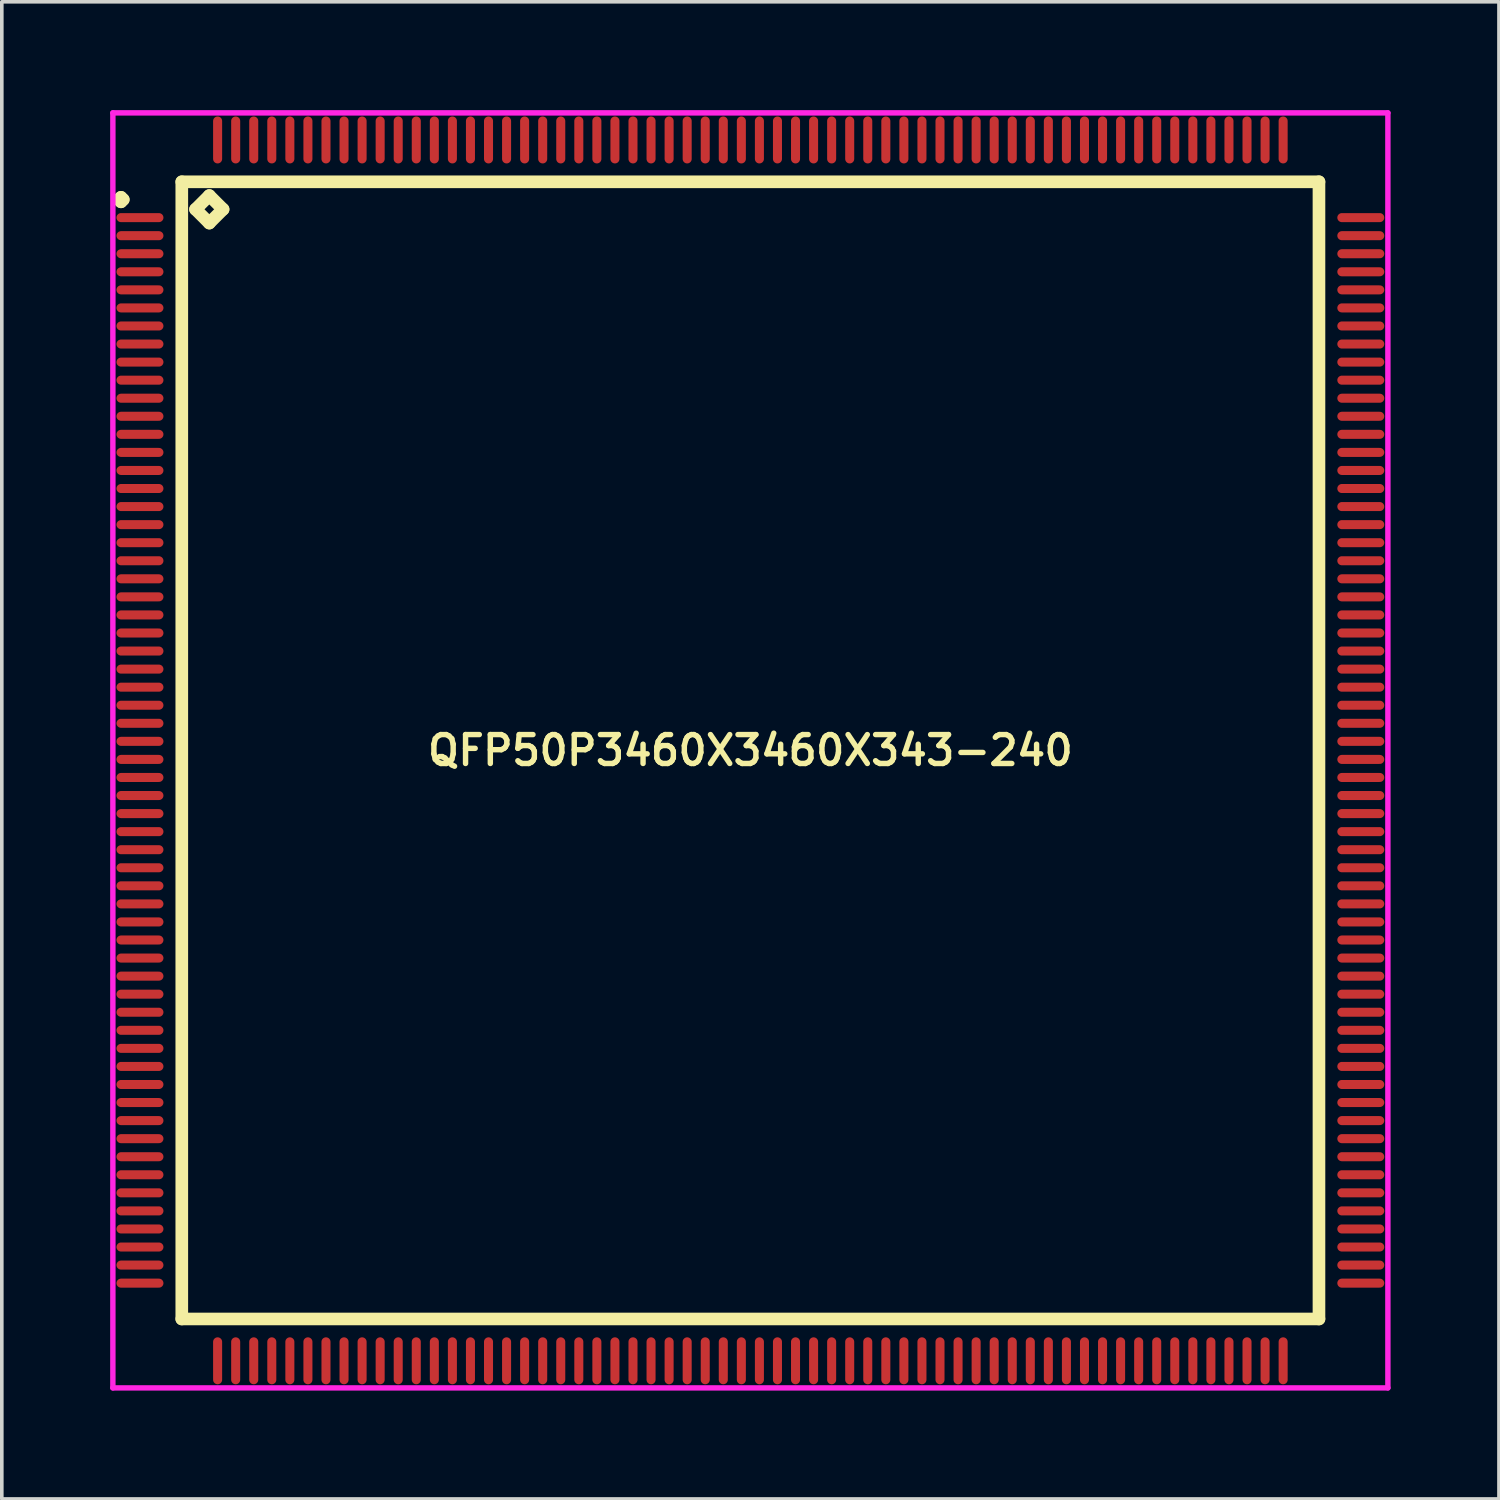
<source format=kicad_pcb>
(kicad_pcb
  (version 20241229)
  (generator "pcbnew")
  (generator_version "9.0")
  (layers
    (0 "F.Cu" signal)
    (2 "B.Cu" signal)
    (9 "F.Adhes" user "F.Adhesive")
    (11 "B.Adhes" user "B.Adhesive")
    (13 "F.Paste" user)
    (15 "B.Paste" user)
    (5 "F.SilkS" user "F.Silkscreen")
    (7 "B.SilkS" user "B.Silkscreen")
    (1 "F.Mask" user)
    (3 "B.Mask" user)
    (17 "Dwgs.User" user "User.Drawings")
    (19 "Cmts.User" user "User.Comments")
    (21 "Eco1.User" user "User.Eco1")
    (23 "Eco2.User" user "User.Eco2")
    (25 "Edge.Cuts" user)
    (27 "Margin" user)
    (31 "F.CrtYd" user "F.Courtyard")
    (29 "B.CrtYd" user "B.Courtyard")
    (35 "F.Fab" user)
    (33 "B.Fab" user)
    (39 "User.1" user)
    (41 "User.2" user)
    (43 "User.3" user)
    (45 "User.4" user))
  (footprint "QFP50P3460X3460X343-240"
    (layer "F.Cu")
    (at 17.725 17.725)
    (property "Reference" "QFP50P3460X3460X343-240" (at 0 0 0) (layer "F.SilkS") (effects (font (size 0.8 0.8) (thickness 0.15))))
    (attr through_hole)
    (fp_line (start -17.488 -15.25) (end -17.425 -15.312) (stroke (width 0.35) (type solid)) (layer "F.SilkS"))
    (fp_line (start -17.425 -15.312) (end -17.363 -15.25) (stroke (width 0.35) (type solid)) (layer "F.SilkS"))
    (fp_line (start -17.425 -15.188) (end -17.488 -15.25) (stroke (width 0.35) (type solid)) (layer "F.SilkS"))
    (fp_line (start -17.363 -15.25) (end -17.425 -15.188) (stroke (width 0.35) (type solid)) (layer "F.SilkS"))
    (fp_line (start -15.742 -15.742) (end -15.742 15.742) (stroke (width 0.35) (type solid)) (layer "F.SilkS"))
    (fp_line (start -15.742 15.742) (end 15.742 15.742) (stroke (width 0.35) (type solid)) (layer "F.SilkS"))
    (fp_line (start -15.361 -14.98) (end -14.98 -15.361) (stroke (width 0.35) (type solid)) (layer "F.SilkS"))
    (fp_line (start -14.98 -15.361) (end -14.599 -14.98) (stroke (width 0.35) (type solid)) (layer "F.SilkS"))
    (fp_line (start -14.98 -14.599) (end -15.361 -14.98) (stroke (width 0.35) (type solid)) (layer "F.SilkS"))
    (fp_line (start -14.599 -14.98) (end -14.98 -14.599) (stroke (width 0.35) (type solid)) (layer "F.SilkS"))
    (fp_line (start 15.742 -15.742) (end -15.742 -15.742) (stroke (width 0.35) (type solid)) (layer "F.SilkS"))
    (fp_line (start 15.742 15.742) (end 15.742 -15.742) (stroke (width 0.35) (type solid)) (layer "F.SilkS"))
    (fp_line (start -17.65 -17.65) (end 17.65 -17.65) (stroke (width 0.15) (type solid)) (layer "F.CrtYd"))
    (fp_line (start -17.65 17.65) (end -17.65 -17.65) (stroke (width 0.15) (type solid)) (layer "F.CrtYd"))
    (fp_line (start 17.65 -17.65) (end 17.65 17.65) (stroke (width 0.15) (type solid)) (layer "F.CrtYd"))
    (fp_line (start 17.65 17.65) (end -17.65 17.65) (stroke (width 0.15) (type solid)) (layer "F.CrtYd"))
    (pad "1" smd oval (at -16.9 -14.75) (size 1.3 0.25) (layers "F.Cu" "F.Mask" "F.Paste"))
    (pad "2" smd oval (at -16.9 -14.25) (size 1.3 0.25) (layers "F.Cu" "F.Mask" "F.Paste"))
    (pad "3" smd oval (at -16.9 -13.75) (size 1.3 0.25) (layers "F.Cu" "F.Mask" "F.Paste"))
    (pad "4" smd oval (at -16.9 -13.25) (size 1.3 0.25) (layers "F.Cu" "F.Mask" "F.Paste"))
    (pad "5" smd oval (at -16.9 -12.75) (size 1.3 0.25) (layers "F.Cu" "F.Mask" "F.Paste"))
    (pad "6" smd oval (at -16.9 -12.25) (size 1.3 0.25) (layers "F.Cu" "F.Mask" "F.Paste"))
    (pad "7" smd oval (at -16.9 -11.75) (size 1.3 0.25) (layers "F.Cu" "F.Mask" "F.Paste"))
    (pad "8" smd oval (at -16.9 -11.25) (size 1.3 0.25) (layers "F.Cu" "F.Mask" "F.Paste"))
    (pad "9" smd oval (at -16.9 -10.75) (size 1.3 0.25) (layers "F.Cu" "F.Mask" "F.Paste"))
    (pad "10" smd oval (at -16.9 -10.25) (size 1.3 0.25) (layers "F.Cu" "F.Mask" "F.Paste"))
    (pad "11" smd oval (at -16.9 -9.75) (size 1.3 0.25) (layers "F.Cu" "F.Mask" "F.Paste"))
    (pad "12" smd oval (at -16.9 -9.25) (size 1.3 0.25) (layers "F.Cu" "F.Mask" "F.Paste"))
    (pad "13" smd oval (at -16.9 -8.75) (size 1.3 0.25) (layers "F.Cu" "F.Mask" "F.Paste"))
    (pad "14" smd oval (at -16.9 -8.25) (size 1.3 0.25) (layers "F.Cu" "F.Mask" "F.Paste"))
    (pad "15" smd oval (at -16.9 -7.75) (size 1.3 0.25) (layers "F.Cu" "F.Mask" "F.Paste"))
    (pad "16" smd oval (at -16.9 -7.25) (size 1.3 0.25) (layers "F.Cu" "F.Mask" "F.Paste"))
    (pad "17" smd oval (at -16.9 -6.75) (size 1.3 0.25) (layers "F.Cu" "F.Mask" "F.Paste"))
    (pad "18" smd oval (at -16.9 -6.25) (size 1.3 0.25) (layers "F.Cu" "F.Mask" "F.Paste"))
    (pad "19" smd oval (at -16.9 -5.75) (size 1.3 0.25) (layers "F.Cu" "F.Mask" "F.Paste"))
    (pad "20" smd oval (at -16.9 -5.25) (size 1.3 0.25) (layers "F.Cu" "F.Mask" "F.Paste"))
    (pad "21" smd oval (at -16.9 -4.75) (size 1.3 0.25) (layers "F.Cu" "F.Mask" "F.Paste"))
    (pad "22" smd oval (at -16.9 -4.25) (size 1.3 0.25) (layers "F.Cu" "F.Mask" "F.Paste"))
    (pad "23" smd oval (at -16.9 -3.75) (size 1.3 0.25) (layers "F.Cu" "F.Mask" "F.Paste"))
    (pad "24" smd oval (at -16.9 -3.25) (size 1.3 0.25) (layers "F.Cu" "F.Mask" "F.Paste"))
    (pad "25" smd oval (at -16.9 -2.75) (size 1.3 0.25) (layers "F.Cu" "F.Mask" "F.Paste"))
    (pad "26" smd oval (at -16.9 -2.25) (size 1.3 0.25) (layers "F.Cu" "F.Mask" "F.Paste"))
    (pad "27" smd oval (at -16.9 -1.75) (size 1.3 0.25) (layers "F.Cu" "F.Mask" "F.Paste"))
    (pad "28" smd oval (at -16.9 -1.25) (size 1.3 0.25) (layers "F.Cu" "F.Mask" "F.Paste"))
    (pad "29" smd oval (at -16.9 -0.75) (size 1.3 0.25) (layers "F.Cu" "F.Mask" "F.Paste"))
    (pad "30" smd oval (at -16.9 -0.25) (size 1.3 0.25) (layers "F.Cu" "F.Mask" "F.Paste"))
    (pad "31" smd oval (at -16.9 0.25) (size 1.3 0.25) (layers "F.Cu" "F.Mask" "F.Paste"))
    (pad "32" smd oval (at -16.9 0.75) (size 1.3 0.25) (layers "F.Cu" "F.Mask" "F.Paste"))
    (pad "33" smd oval (at -16.9 1.25) (size 1.3 0.25) (layers "F.Cu" "F.Mask" "F.Paste"))
    (pad "34" smd oval (at -16.9 1.75) (size 1.3 0.25) (layers "F.Cu" "F.Mask" "F.Paste"))
    (pad "35" smd oval (at -16.9 2.25) (size 1.3 0.25) (layers "F.Cu" "F.Mask" "F.Paste"))
    (pad "36" smd oval (at -16.9 2.75) (size 1.3 0.25) (layers "F.Cu" "F.Mask" "F.Paste"))
    (pad "37" smd oval (at -16.9 3.25) (size 1.3 0.25) (layers "F.Cu" "F.Mask" "F.Paste"))
    (pad "38" smd oval (at -16.9 3.75) (size 1.3 0.25) (layers "F.Cu" "F.Mask" "F.Paste"))
    (pad "39" smd oval (at -16.9 4.25) (size 1.3 0.25) (layers "F.Cu" "F.Mask" "F.Paste"))
    (pad "40" smd oval (at -16.9 4.75) (size 1.3 0.25) (layers "F.Cu" "F.Mask" "F.Paste"))
    (pad "41" smd oval (at -16.9 5.25) (size 1.3 0.25) (layers "F.Cu" "F.Mask" "F.Paste"))
    (pad "42" smd oval (at -16.9 5.75) (size 1.3 0.25) (layers "F.Cu" "F.Mask" "F.Paste"))
    (pad "43" smd oval (at -16.9 6.25) (size 1.3 0.25) (layers "F.Cu" "F.Mask" "F.Paste"))
    (pad "44" smd oval (at -16.9 6.75) (size 1.3 0.25) (layers "F.Cu" "F.Mask" "F.Paste"))
    (pad "45" smd oval (at -16.9 7.25) (size 1.3 0.25) (layers "F.Cu" "F.Mask" "F.Paste"))
    (pad "46" smd oval (at -16.9 7.75) (size 1.3 0.25) (layers "F.Cu" "F.Mask" "F.Paste"))
    (pad "47" smd oval (at -16.9 8.25) (size 1.3 0.25) (layers "F.Cu" "F.Mask" "F.Paste"))
    (pad "48" smd oval (at -16.9 8.75) (size 1.3 0.25) (layers "F.Cu" "F.Mask" "F.Paste"))
    (pad "49" smd oval (at -16.9 9.25) (size 1.3 0.25) (layers "F.Cu" "F.Mask" "F.Paste"))
    (pad "50" smd oval (at -16.9 9.75) (size 1.3 0.25) (layers "F.Cu" "F.Mask" "F.Paste"))
    (pad "51" smd oval (at -16.9 10.25) (size 1.3 0.25) (layers "F.Cu" "F.Mask" "F.Paste"))
    (pad "52" smd oval (at -16.9 10.75) (size 1.3 0.25) (layers "F.Cu" "F.Mask" "F.Paste"))
    (pad "53" smd oval (at -16.9 11.25) (size 1.3 0.25) (layers "F.Cu" "F.Mask" "F.Paste"))
    (pad "54" smd oval (at -16.9 11.75) (size 1.3 0.25) (layers "F.Cu" "F.Mask" "F.Paste"))
    (pad "55" smd oval (at -16.9 12.25) (size 1.3 0.25) (layers "F.Cu" "F.Mask" "F.Paste"))
    (pad "56" smd oval (at -16.9 12.75) (size 1.3 0.25) (layers "F.Cu" "F.Mask" "F.Paste"))
    (pad "57" smd oval (at -16.9 13.25) (size 1.3 0.25) (layers "F.Cu" "F.Mask" "F.Paste"))
    (pad "58" smd oval (at -16.9 13.75) (size 1.3 0.25) (layers "F.Cu" "F.Mask" "F.Paste"))
    (pad "59" smd oval (at -16.9 14.25) (size 1.3 0.25) (layers "F.Cu" "F.Mask" "F.Paste"))
    (pad "60" smd oval (at -16.9 14.75) (size 1.3 0.25) (layers "F.Cu" "F.Mask" "F.Paste"))
    (pad "61" smd oval (at -14.75 16.9) (size 0.25 1.3) (layers "F.Cu" "F.Mask" "F.Paste"))
    (pad "62" smd oval (at -14.25 16.9) (size 0.25 1.3) (layers "F.Cu" "F.Mask" "F.Paste"))
    (pad "63" smd oval (at -13.75 16.9) (size 0.25 1.3) (layers "F.Cu" "F.Mask" "F.Paste"))
    (pad "64" smd oval (at -13.25 16.9) (size 0.25 1.3) (layers "F.Cu" "F.Mask" "F.Paste"))
    (pad "65" smd oval (at -12.75 16.9) (size 0.25 1.3) (layers "F.Cu" "F.Mask" "F.Paste"))
    (pad "66" smd oval (at -12.25 16.9) (size 0.25 1.3) (layers "F.Cu" "F.Mask" "F.Paste"))
    (pad "67" smd oval (at -11.75 16.9) (size 0.25 1.3) (layers "F.Cu" "F.Mask" "F.Paste"))
    (pad "68" smd oval (at -11.25 16.9) (size 0.25 1.3) (layers "F.Cu" "F.Mask" "F.Paste"))
    (pad "69" smd oval (at -10.75 16.9) (size 0.25 1.3) (layers "F.Cu" "F.Mask" "F.Paste"))
    (pad "70" smd oval (at -10.25 16.9) (size 0.25 1.3) (layers "F.Cu" "F.Mask" "F.Paste"))
    (pad "71" smd oval (at -9.75 16.9) (size 0.25 1.3) (layers "F.Cu" "F.Mask" "F.Paste"))
    (pad "72" smd oval (at -9.25 16.9) (size 0.25 1.3) (layers "F.Cu" "F.Mask" "F.Paste"))
    (pad "73" smd oval (at -8.75 16.9) (size 0.25 1.3) (layers "F.Cu" "F.Mask" "F.Paste"))
    (pad "74" smd oval (at -8.25 16.9) (size 0.25 1.3) (layers "F.Cu" "F.Mask" "F.Paste"))
    (pad "75" smd oval (at -7.75 16.9) (size 0.25 1.3) (layers "F.Cu" "F.Mask" "F.Paste"))
    (pad "76" smd oval (at -7.25 16.9) (size 0.25 1.3) (layers "F.Cu" "F.Mask" "F.Paste"))
    (pad "77" smd oval (at -6.75 16.9) (size 0.25 1.3) (layers "F.Cu" "F.Mask" "F.Paste"))
    (pad "78" smd oval (at -6.25 16.9) (size 0.25 1.3) (layers "F.Cu" "F.Mask" "F.Paste"))
    (pad "79" smd oval (at -5.75 16.9) (size 0.25 1.3) (layers "F.Cu" "F.Mask" "F.Paste"))
    (pad "80" smd oval (at -5.25 16.9) (size 0.25 1.3) (layers "F.Cu" "F.Mask" "F.Paste"))
    (pad "81" smd oval (at -4.75 16.9) (size 0.25 1.3) (layers "F.Cu" "F.Mask" "F.Paste"))
    (pad "82" smd oval (at -4.25 16.9) (size 0.25 1.3) (layers "F.Cu" "F.Mask" "F.Paste"))
    (pad "83" smd oval (at -3.75 16.9) (size 0.25 1.3) (layers "F.Cu" "F.Mask" "F.Paste"))
    (pad "84" smd oval (at -3.25 16.9) (size 0.25 1.3) (layers "F.Cu" "F.Mask" "F.Paste"))
    (pad "85" smd oval (at -2.75 16.9) (size 0.25 1.3) (layers "F.Cu" "F.Mask" "F.Paste"))
    (pad "86" smd oval (at -2.25 16.9) (size 0.25 1.3) (layers "F.Cu" "F.Mask" "F.Paste"))
    (pad "87" smd oval (at -1.75 16.9) (size 0.25 1.3) (layers "F.Cu" "F.Mask" "F.Paste"))
    (pad "88" smd oval (at -1.25 16.9) (size 0.25 1.3) (layers "F.Cu" "F.Mask" "F.Paste"))
    (pad "89" smd oval (at -0.75 16.9) (size 0.25 1.3) (layers "F.Cu" "F.Mask" "F.Paste"))
    (pad "90" smd oval (at -0.25 16.9) (size 0.25 1.3) (layers "F.Cu" "F.Mask" "F.Paste"))
    (pad "91" smd oval (at 0.25 16.9) (size 0.25 1.3) (layers "F.Cu" "F.Mask" "F.Paste"))
    (pad "92" smd oval (at 0.75 16.9) (size 0.25 1.3) (layers "F.Cu" "F.Mask" "F.Paste"))
    (pad "93" smd oval (at 1.25 16.9) (size 0.25 1.3) (layers "F.Cu" "F.Mask" "F.Paste"))
    (pad "94" smd oval (at 1.75 16.9) (size 0.25 1.3) (layers "F.Cu" "F.Mask" "F.Paste"))
    (pad "95" smd oval (at 2.25 16.9) (size 0.25 1.3) (layers "F.Cu" "F.Mask" "F.Paste"))
    (pad "96" smd oval (at 2.75 16.9) (size 0.25 1.3) (layers "F.Cu" "F.Mask" "F.Paste"))
    (pad "97" smd oval (at 3.25 16.9) (size 0.25 1.3) (layers "F.Cu" "F.Mask" "F.Paste"))
    (pad "98" smd oval (at 3.75 16.9) (size 0.25 1.3) (layers "F.Cu" "F.Mask" "F.Paste"))
    (pad "99" smd oval (at 4.25 16.9) (size 0.25 1.3) (layers "F.Cu" "F.Mask" "F.Paste"))
    (pad "100" smd oval (at 4.75 16.9) (size 0.25 1.3) (layers "F.Cu" "F.Mask" "F.Paste"))
    (pad "101" smd oval (at 5.25 16.9) (size 0.25 1.3) (layers "F.Cu" "F.Mask" "F.Paste"))
    (pad "102" smd oval (at 5.75 16.9) (size 0.25 1.3) (layers "F.Cu" "F.Mask" "F.Paste"))
    (pad "103" smd oval (at 6.25 16.9) (size 0.25 1.3) (layers "F.Cu" "F.Mask" "F.Paste"))
    (pad "104" smd oval (at 6.75 16.9) (size 0.25 1.3) (layers "F.Cu" "F.Mask" "F.Paste"))
    (pad "105" smd oval (at 7.25 16.9) (size 0.25 1.3) (layers "F.Cu" "F.Mask" "F.Paste"))
    (pad "106" smd oval (at 7.75 16.9) (size 0.25 1.3) (layers "F.Cu" "F.Mask" "F.Paste"))
    (pad "107" smd oval (at 8.25 16.9) (size 0.25 1.3) (layers "F.Cu" "F.Mask" "F.Paste"))
    (pad "108" smd oval (at 8.75 16.9) (size 0.25 1.3) (layers "F.Cu" "F.Mask" "F.Paste"))
    (pad "109" smd oval (at 9.25 16.9) (size 0.25 1.3) (layers "F.Cu" "F.Mask" "F.Paste"))
    (pad "110" smd oval (at 9.75 16.9) (size 0.25 1.3) (layers "F.Cu" "F.Mask" "F.Paste"))
    (pad "111" smd oval (at 10.25 16.9) (size 0.25 1.3) (layers "F.Cu" "F.Mask" "F.Paste"))
    (pad "112" smd oval (at 10.75 16.9) (size 0.25 1.3) (layers "F.Cu" "F.Mask" "F.Paste"))
    (pad "113" smd oval (at 11.25 16.9) (size 0.25 1.3) (layers "F.Cu" "F.Mask" "F.Paste"))
    (pad "114" smd oval (at 11.75 16.9) (size 0.25 1.3) (layers "F.Cu" "F.Mask" "F.Paste"))
    (pad "115" smd oval (at 12.25 16.9) (size 0.25 1.3) (layers "F.Cu" "F.Mask" "F.Paste"))
    (pad "116" smd oval (at 12.75 16.9) (size 0.25 1.3) (layers "F.Cu" "F.Mask" "F.Paste"))
    (pad "117" smd oval (at 13.25 16.9) (size 0.25 1.3) (layers "F.Cu" "F.Mask" "F.Paste"))
    (pad "118" smd oval (at 13.75 16.9) (size 0.25 1.3) (layers "F.Cu" "F.Mask" "F.Paste"))
    (pad "119" smd oval (at 14.25 16.9) (size 0.25 1.3) (layers "F.Cu" "F.Mask" "F.Paste"))
    (pad "120" smd oval (at 14.75 16.9) (size 0.25 1.3) (layers "F.Cu" "F.Mask" "F.Paste"))
    (pad "121" smd oval (at 16.9 14.75) (size 1.3 0.25) (layers "F.Cu" "F.Mask" "F.Paste"))
    (pad "122" smd oval (at 16.9 14.25) (size 1.3 0.25) (layers "F.Cu" "F.Mask" "F.Paste"))
    (pad "123" smd oval (at 16.9 13.75) (size 1.3 0.25) (layers "F.Cu" "F.Mask" "F.Paste"))
    (pad "124" smd oval (at 16.9 13.25) (size 1.3 0.25) (layers "F.Cu" "F.Mask" "F.Paste"))
    (pad "125" smd oval (at 16.9 12.75) (size 1.3 0.25) (layers "F.Cu" "F.Mask" "F.Paste"))
    (pad "126" smd oval (at 16.9 12.25) (size 1.3 0.25) (layers "F.Cu" "F.Mask" "F.Paste"))
    (pad "127" smd oval (at 16.9 11.75) (size 1.3 0.25) (layers "F.Cu" "F.Mask" "F.Paste"))
    (pad "128" smd oval (at 16.9 11.25) (size 1.3 0.25) (layers "F.Cu" "F.Mask" "F.Paste"))
    (pad "129" smd oval (at 16.9 10.75) (size 1.3 0.25) (layers "F.Cu" "F.Mask" "F.Paste"))
    (pad "130" smd oval (at 16.9 10.25) (size 1.3 0.25) (layers "F.Cu" "F.Mask" "F.Paste"))
    (pad "131" smd oval (at 16.9 9.75) (size 1.3 0.25) (layers "F.Cu" "F.Mask" "F.Paste"))
    (pad "132" smd oval (at 16.9 9.25) (size 1.3 0.25) (layers "F.Cu" "F.Mask" "F.Paste"))
    (pad "133" smd oval (at 16.9 8.75) (size 1.3 0.25) (layers "F.Cu" "F.Mask" "F.Paste"))
    (pad "134" smd oval (at 16.9 8.25) (size 1.3 0.25) (layers "F.Cu" "F.Mask" "F.Paste"))
    (pad "135" smd oval (at 16.9 7.75) (size 1.3 0.25) (layers "F.Cu" "F.Mask" "F.Paste"))
    (pad "136" smd oval (at 16.9 7.25) (size 1.3 0.25) (layers "F.Cu" "F.Mask" "F.Paste"))
    (pad "137" smd oval (at 16.9 6.75) (size 1.3 0.25) (layers "F.Cu" "F.Mask" "F.Paste"))
    (pad "138" smd oval (at 16.9 6.25) (size 1.3 0.25) (layers "F.Cu" "F.Mask" "F.Paste"))
    (pad "139" smd oval (at 16.9 5.75) (size 1.3 0.25) (layers "F.Cu" "F.Mask" "F.Paste"))
    (pad "140" smd oval (at 16.9 5.25) (size 1.3 0.25) (layers "F.Cu" "F.Mask" "F.Paste"))
    (pad "141" smd oval (at 16.9 4.75) (size 1.3 0.25) (layers "F.Cu" "F.Mask" "F.Paste"))
    (pad "142" smd oval (at 16.9 4.25) (size 1.3 0.25) (layers "F.Cu" "F.Mask" "F.Paste"))
    (pad "143" smd oval (at 16.9 3.75) (size 1.3 0.25) (layers "F.Cu" "F.Mask" "F.Paste"))
    (pad "144" smd oval (at 16.9 3.25) (size 1.3 0.25) (layers "F.Cu" "F.Mask" "F.Paste"))
    (pad "145" smd oval (at 16.9 2.75) (size 1.3 0.25) (layers "F.Cu" "F.Mask" "F.Paste"))
    (pad "146" smd oval (at 16.9 2.25) (size 1.3 0.25) (layers "F.Cu" "F.Mask" "F.Paste"))
    (pad "147" smd oval (at 16.9 1.75) (size 1.3 0.25) (layers "F.Cu" "F.Mask" "F.Paste"))
    (pad "148" smd oval (at 16.9 1.25) (size 1.3 0.25) (layers "F.Cu" "F.Mask" "F.Paste"))
    (pad "149" smd oval (at 16.9 0.75) (size 1.3 0.25) (layers "F.Cu" "F.Mask" "F.Paste"))
    (pad "150" smd oval (at 16.9 0.25) (size 1.3 0.25) (layers "F.Cu" "F.Mask" "F.Paste"))
    (pad "151" smd oval (at 16.9 -0.25) (size 1.3 0.25) (layers "F.Cu" "F.Mask" "F.Paste"))
    (pad "152" smd oval (at 16.9 -0.75) (size 1.3 0.25) (layers "F.Cu" "F.Mask" "F.Paste"))
    (pad "153" smd oval (at 16.9 -1.25) (size 1.3 0.25) (layers "F.Cu" "F.Mask" "F.Paste"))
    (pad "154" smd oval (at 16.9 -1.75) (size 1.3 0.25) (layers "F.Cu" "F.Mask" "F.Paste"))
    (pad "155" smd oval (at 16.9 -2.25) (size 1.3 0.25) (layers "F.Cu" "F.Mask" "F.Paste"))
    (pad "156" smd oval (at 16.9 -2.75) (size 1.3 0.25) (layers "F.Cu" "F.Mask" "F.Paste"))
    (pad "157" smd oval (at 16.9 -3.25) (size 1.3 0.25) (layers "F.Cu" "F.Mask" "F.Paste"))
    (pad "158" smd oval (at 16.9 -3.75) (size 1.3 0.25) (layers "F.Cu" "F.Mask" "F.Paste"))
    (pad "159" smd oval (at 16.9 -4.25) (size 1.3 0.25) (layers "F.Cu" "F.Mask" "F.Paste"))
    (pad "160" smd oval (at 16.9 -4.75) (size 1.3 0.25) (layers "F.Cu" "F.Mask" "F.Paste"))
    (pad "161" smd oval (at 16.9 -5.25) (size 1.3 0.25) (layers "F.Cu" "F.Mask" "F.Paste"))
    (pad "162" smd oval (at 16.9 -5.75) (size 1.3 0.25) (layers "F.Cu" "F.Mask" "F.Paste"))
    (pad "163" smd oval (at 16.9 -6.25) (size 1.3 0.25) (layers "F.Cu" "F.Mask" "F.Paste"))
    (pad "164" smd oval (at 16.9 -6.75) (size 1.3 0.25) (layers "F.Cu" "F.Mask" "F.Paste"))
    (pad "165" smd oval (at 16.9 -7.25) (size 1.3 0.25) (layers "F.Cu" "F.Mask" "F.Paste"))
    (pad "166" smd oval (at 16.9 -7.75) (size 1.3 0.25) (layers "F.Cu" "F.Mask" "F.Paste"))
    (pad "167" smd oval (at 16.9 -8.25) (size 1.3 0.25) (layers "F.Cu" "F.Mask" "F.Paste"))
    (pad "168" smd oval (at 16.9 -8.75) (size 1.3 0.25) (layers "F.Cu" "F.Mask" "F.Paste"))
    (pad "169" smd oval (at 16.9 -9.25) (size 1.3 0.25) (layers "F.Cu" "F.Mask" "F.Paste"))
    (pad "170" smd oval (at 16.9 -9.75) (size 1.3 0.25) (layers "F.Cu" "F.Mask" "F.Paste"))
    (pad "171" smd oval (at 16.9 -10.25) (size 1.3 0.25) (layers "F.Cu" "F.Mask" "F.Paste"))
    (pad "172" smd oval (at 16.9 -10.75) (size 1.3 0.25) (layers "F.Cu" "F.Mask" "F.Paste"))
    (pad "173" smd oval (at 16.9 -11.25) (size 1.3 0.25) (layers "F.Cu" "F.Mask" "F.Paste"))
    (pad "174" smd oval (at 16.9 -11.75) (size 1.3 0.25) (layers "F.Cu" "F.Mask" "F.Paste"))
    (pad "175" smd oval (at 16.9 -12.25) (size 1.3 0.25) (layers "F.Cu" "F.Mask" "F.Paste"))
    (pad "176" smd oval (at 16.9 -12.75) (size 1.3 0.25) (layers "F.Cu" "F.Mask" "F.Paste"))
    (pad "177" smd oval (at 16.9 -13.25) (size 1.3 0.25) (layers "F.Cu" "F.Mask" "F.Paste"))
    (pad "178" smd oval (at 16.9 -13.75) (size 1.3 0.25) (layers "F.Cu" "F.Mask" "F.Paste"))
    (pad "179" smd oval (at 16.9 -14.25) (size 1.3 0.25) (layers "F.Cu" "F.Mask" "F.Paste"))
    (pad "180" smd oval (at 16.9 -14.75) (size 1.3 0.25) (layers "F.Cu" "F.Mask" "F.Paste"))
    (pad "181" smd oval (at 14.75 -16.9) (size 0.25 1.3) (layers "F.Cu" "F.Mask" "F.Paste"))
    (pad "182" smd oval (at 14.25 -16.9) (size 0.25 1.3) (layers "F.Cu" "F.Mask" "F.Paste"))
    (pad "183" smd oval (at 13.75 -16.9) (size 0.25 1.3) (layers "F.Cu" "F.Mask" "F.Paste"))
    (pad "184" smd oval (at 13.25 -16.9) (size 0.25 1.3) (layers "F.Cu" "F.Mask" "F.Paste"))
    (pad "185" smd oval (at 12.75 -16.9) (size 0.25 1.3) (layers "F.Cu" "F.Mask" "F.Paste"))
    (pad "186" smd oval (at 12.25 -16.9) (size 0.25 1.3) (layers "F.Cu" "F.Mask" "F.Paste"))
    (pad "187" smd oval (at 11.75 -16.9) (size 0.25 1.3) (layers "F.Cu" "F.Mask" "F.Paste"))
    (pad "188" smd oval (at 11.25 -16.9) (size 0.25 1.3) (layers "F.Cu" "F.Mask" "F.Paste"))
    (pad "189" smd oval (at 10.75 -16.9) (size 0.25 1.3) (layers "F.Cu" "F.Mask" "F.Paste"))
    (pad "190" smd oval (at 10.25 -16.9) (size 0.25 1.3) (layers "F.Cu" "F.Mask" "F.Paste"))
    (pad "191" smd oval (at 9.75 -16.9) (size 0.25 1.3) (layers "F.Cu" "F.Mask" "F.Paste"))
    (pad "192" smd oval (at 9.25 -16.9) (size 0.25 1.3) (layers "F.Cu" "F.Mask" "F.Paste"))
    (pad "193" smd oval (at 8.75 -16.9) (size 0.25 1.3) (layers "F.Cu" "F.Mask" "F.Paste"))
    (pad "194" smd oval (at 8.25 -16.9) (size 0.25 1.3) (layers "F.Cu" "F.Mask" "F.Paste"))
    (pad "195" smd oval (at 7.75 -16.9) (size 0.25 1.3) (layers "F.Cu" "F.Mask" "F.Paste"))
    (pad "196" smd oval (at 7.25 -16.9) (size 0.25 1.3) (layers "F.Cu" "F.Mask" "F.Paste"))
    (pad "197" smd oval (at 6.75 -16.9) (size 0.25 1.3) (layers "F.Cu" "F.Mask" "F.Paste"))
    (pad "198" smd oval (at 6.25 -16.9) (size 0.25 1.3) (layers "F.Cu" "F.Mask" "F.Paste"))
    (pad "199" smd oval (at 5.75 -16.9) (size 0.25 1.3) (layers "F.Cu" "F.Mask" "F.Paste"))
    (pad "200" smd oval (at 5.25 -16.9) (size 0.25 1.3) (layers "F.Cu" "F.Mask" "F.Paste"))
    (pad "201" smd oval (at 4.75 -16.9) (size 0.25 1.3) (layers "F.Cu" "F.Mask" "F.Paste"))
    (pad "202" smd oval (at 4.25 -16.9) (size 0.25 1.3) (layers "F.Cu" "F.Mask" "F.Paste"))
    (pad "203" smd oval (at 3.75 -16.9) (size 0.25 1.3) (layers "F.Cu" "F.Mask" "F.Paste"))
    (pad "204" smd oval (at 3.25 -16.9) (size 0.25 1.3) (layers "F.Cu" "F.Mask" "F.Paste"))
    (pad "205" smd oval (at 2.75 -16.9) (size 0.25 1.3) (layers "F.Cu" "F.Mask" "F.Paste"))
    (pad "206" smd oval (at 2.25 -16.9) (size 0.25 1.3) (layers "F.Cu" "F.Mask" "F.Paste"))
    (pad "207" smd oval (at 1.75 -16.9) (size 0.25 1.3) (layers "F.Cu" "F.Mask" "F.Paste"))
    (pad "208" smd oval (at 1.25 -16.9) (size 0.25 1.3) (layers "F.Cu" "F.Mask" "F.Paste"))
    (pad "209" smd oval (at 0.75 -16.9) (size 0.25 1.3) (layers "F.Cu" "F.Mask" "F.Paste"))
    (pad "210" smd oval (at 0.25 -16.9) (size 0.25 1.3) (layers "F.Cu" "F.Mask" "F.Paste"))
    (pad "211" smd oval (at -0.25 -16.9) (size 0.25 1.3) (layers "F.Cu" "F.Mask" "F.Paste"))
    (pad "212" smd oval (at -0.75 -16.9) (size 0.25 1.3) (layers "F.Cu" "F.Mask" "F.Paste"))
    (pad "213" smd oval (at -1.25 -16.9) (size 0.25 1.3) (layers "F.Cu" "F.Mask" "F.Paste"))
    (pad "214" smd oval (at -1.75 -16.9) (size 0.25 1.3) (layers "F.Cu" "F.Mask" "F.Paste"))
    (pad "215" smd oval (at -2.25 -16.9) (size 0.25 1.3) (layers "F.Cu" "F.Mask" "F.Paste"))
    (pad "216" smd oval (at -2.75 -16.9) (size 0.25 1.3) (layers "F.Cu" "F.Mask" "F.Paste"))
    (pad "217" smd oval (at -3.25 -16.9) (size 0.25 1.3) (layers "F.Cu" "F.Mask" "F.Paste"))
    (pad "218" smd oval (at -3.75 -16.9) (size 0.25 1.3) (layers "F.Cu" "F.Mask" "F.Paste"))
    (pad "219" smd oval (at -4.25 -16.9) (size 0.25 1.3) (layers "F.Cu" "F.Mask" "F.Paste"))
    (pad "220" smd oval (at -4.75 -16.9) (size 0.25 1.3) (layers "F.Cu" "F.Mask" "F.Paste"))
    (pad "221" smd oval (at -5.25 -16.9) (size 0.25 1.3) (layers "F.Cu" "F.Mask" "F.Paste"))
    (pad "222" smd oval (at -5.75 -16.9) (size 0.25 1.3) (layers "F.Cu" "F.Mask" "F.Paste"))
    (pad "223" smd oval (at -6.25 -16.9) (size 0.25 1.3) (layers "F.Cu" "F.Mask" "F.Paste"))
    (pad "224" smd oval (at -6.75 -16.9) (size 0.25 1.3) (layers "F.Cu" "F.Mask" "F.Paste"))
    (pad "225" smd oval (at -7.25 -16.9) (size 0.25 1.3) (layers "F.Cu" "F.Mask" "F.Paste"))
    (pad "226" smd oval (at -7.75 -16.9) (size 0.25 1.3) (layers "F.Cu" "F.Mask" "F.Paste"))
    (pad "227" smd oval (at -8.25 -16.9) (size 0.25 1.3) (layers "F.Cu" "F.Mask" "F.Paste"))
    (pad "228" smd oval (at -8.75 -16.9) (size 0.25 1.3) (layers "F.Cu" "F.Mask" "F.Paste"))
    (pad "229" smd oval (at -9.25 -16.9) (size 0.25 1.3) (layers "F.Cu" "F.Mask" "F.Paste"))
    (pad "230" smd oval (at -9.75 -16.9) (size 0.25 1.3) (layers "F.Cu" "F.Mask" "F.Paste"))
    (pad "231" smd oval (at -10.25 -16.9) (size 0.25 1.3) (layers "F.Cu" "F.Mask" "F.Paste"))
    (pad "232" smd oval (at -10.75 -16.9) (size 0.25 1.3) (layers "F.Cu" "F.Mask" "F.Paste"))
    (pad "233" smd oval (at -11.25 -16.9) (size 0.25 1.3) (layers "F.Cu" "F.Mask" "F.Paste"))
    (pad "234" smd oval (at -11.75 -16.9) (size 0.25 1.3) (layers "F.Cu" "F.Mask" "F.Paste"))
    (pad "235" smd oval (at -12.25 -16.9) (size 0.25 1.3) (layers "F.Cu" "F.Mask" "F.Paste"))
    (pad "236" smd oval (at -12.75 -16.9) (size 0.25 1.3) (layers "F.Cu" "F.Mask" "F.Paste"))
    (pad "237" smd oval (at -13.25 -16.9) (size 0.25 1.3) (layers "F.Cu" "F.Mask" "F.Paste"))
    (pad "238" smd oval (at -13.75 -16.9) (size 0.25 1.3) (layers "F.Cu" "F.Mask" "F.Paste"))
    (pad "239" smd oval (at -14.25 -16.9) (size 0.25 1.3) (layers "F.Cu" "F.Mask" "F.Paste"))
    (pad "240" smd oval (at -14.75 -16.9) (size 0.25 1.3) (layers "F.Cu" "F.Mask" "F.Paste")))
  (gr_rect
    (start -3 -3)
    (end 38.45 38.45)
    (stroke (width 0.1) (type default))
    (fill no)
    (layer "Edge.Cuts")))
</source>
